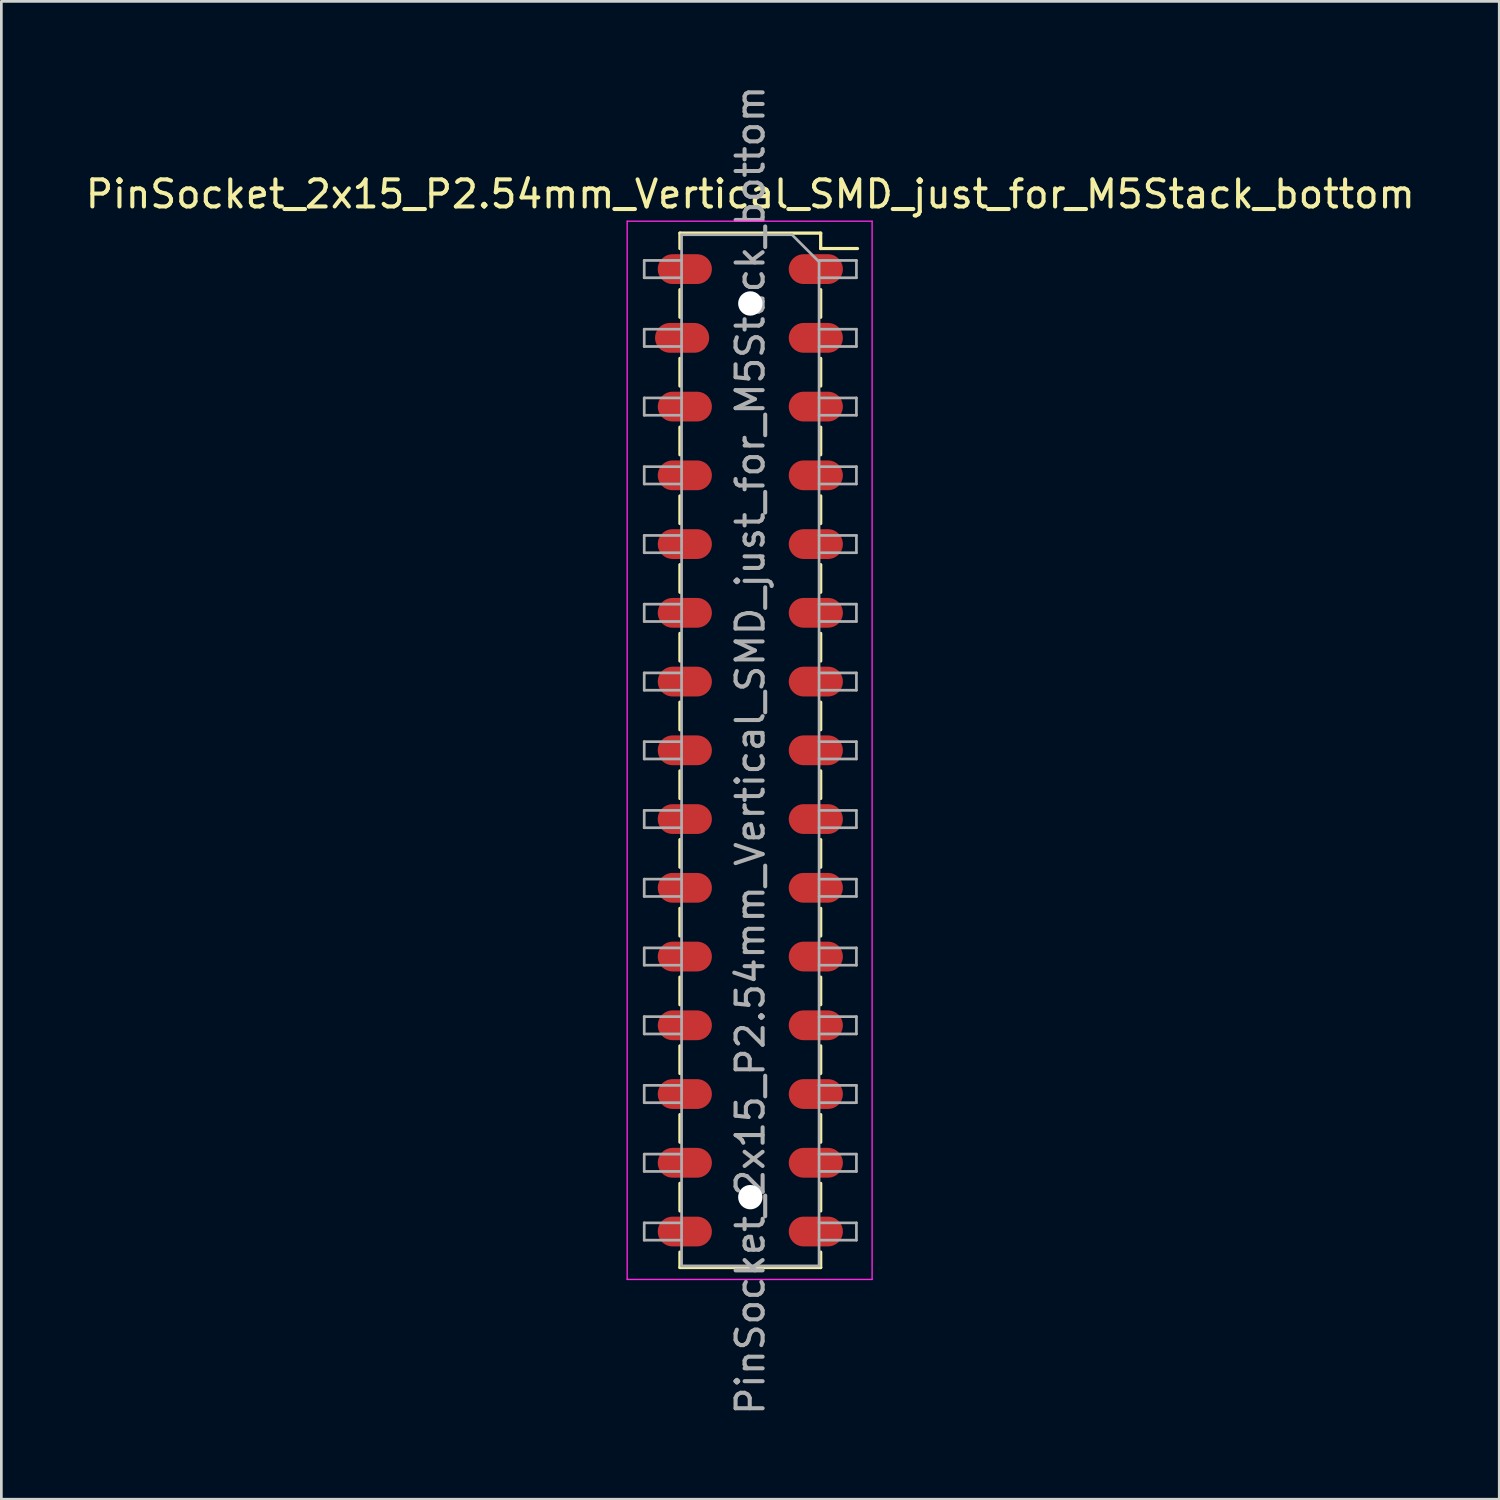
<source format=kicad_pcb>
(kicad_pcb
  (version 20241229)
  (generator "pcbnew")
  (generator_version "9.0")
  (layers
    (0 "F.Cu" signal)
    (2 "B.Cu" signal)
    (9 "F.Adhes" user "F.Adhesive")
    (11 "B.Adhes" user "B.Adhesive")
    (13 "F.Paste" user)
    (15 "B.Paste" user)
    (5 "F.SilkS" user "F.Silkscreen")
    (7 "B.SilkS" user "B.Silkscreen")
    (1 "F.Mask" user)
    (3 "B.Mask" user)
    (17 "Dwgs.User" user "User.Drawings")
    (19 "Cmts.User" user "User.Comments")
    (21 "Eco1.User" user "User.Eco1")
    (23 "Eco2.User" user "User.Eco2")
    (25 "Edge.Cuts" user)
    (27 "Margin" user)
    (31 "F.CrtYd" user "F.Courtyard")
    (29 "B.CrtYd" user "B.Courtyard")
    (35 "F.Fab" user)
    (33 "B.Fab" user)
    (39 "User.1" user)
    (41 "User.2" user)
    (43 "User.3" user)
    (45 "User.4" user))
  (footprint "PinSocket_2x15_P2.54mm_Vertical_SMD_just_for_M5Stack_bottom"
    (layer "F.Cu")
    (at 24.673 24.673)
    (property "Reference" "PinSocket_2x15_P2.54mm_Vertical_SMD_just_for_M5Stack_bottom" (at 0 -20.55 0) (layer "F.SilkS") (effects (font (size 1 1) (thickness 0.15))))
    (attr smd)
    (fp_line (start -2.6 -19.11) (end -2.6 -18.54) (stroke (width 0.12) (type solid)) (layer "F.SilkS"))
    (fp_line (start -2.6 -19.11) (end 2.6 -19.11) (stroke (width 0.12) (type solid)) (layer "F.SilkS"))
    (fp_line (start -2.6 -17.02) (end -2.6 -16) (stroke (width 0.12) (type solid)) (layer "F.SilkS"))
    (fp_line (start -2.6 -14.48) (end -2.6 -13.46) (stroke (width 0.12) (type solid)) (layer "F.SilkS"))
    (fp_line (start -2.6 -11.94) (end -2.6 -10.92) (stroke (width 0.12) (type solid)) (layer "F.SilkS"))
    (fp_line (start -2.6 -9.4) (end -2.6 -8.38) (stroke (width 0.12) (type solid)) (layer "F.SilkS"))
    (fp_line (start -2.6 -6.86) (end -2.6 -5.84) (stroke (width 0.12) (type solid)) (layer "F.SilkS"))
    (fp_line (start -2.6 -4.32) (end -2.6 -3.3) (stroke (width 0.12) (type solid)) (layer "F.SilkS"))
    (fp_line (start -2.6 -1.78) (end -2.6 -0.76) (stroke (width 0.12) (type solid)) (layer "F.SilkS"))
    (fp_line (start -2.6 0.76) (end -2.6 1.78) (stroke (width 0.12) (type solid)) (layer "F.SilkS"))
    (fp_line (start -2.6 3.3) (end -2.6 4.32) (stroke (width 0.12) (type solid)) (layer "F.SilkS"))
    (fp_line (start -2.6 5.84) (end -2.6 6.86) (stroke (width 0.12) (type solid)) (layer "F.SilkS"))
    (fp_line (start -2.6 8.38) (end -2.6 9.4) (stroke (width 0.12) (type solid)) (layer "F.SilkS"))
    (fp_line (start -2.6 10.92) (end -2.6 11.94) (stroke (width 0.12) (type solid)) (layer "F.SilkS"))
    (fp_line (start -2.6 13.46) (end -2.6 14.48) (stroke (width 0.12) (type solid)) (layer "F.SilkS"))
    (fp_line (start -2.6 16) (end -2.6 17.02) (stroke (width 0.12) (type solid)) (layer "F.SilkS"))
    (fp_line (start -2.6 18.54) (end -2.6 19.11) (stroke (width 0.12) (type solid)) (layer "F.SilkS"))
    (fp_line (start -2.6 19.11) (end 2.6 19.11) (stroke (width 0.12) (type solid)) (layer "F.SilkS"))
    (fp_line (start 2.6 -19.11) (end 2.6 -18.54) (stroke (width 0.12) (type solid)) (layer "F.SilkS"))
    (fp_line (start 2.6 -18.54) (end 3.96 -18.54) (stroke (width 0.12) (type solid)) (layer "F.SilkS"))
    (fp_line (start 2.6 -17.02) (end 2.6 -16) (stroke (width 0.12) (type solid)) (layer "F.SilkS"))
    (fp_line (start 2.6 -14.48) (end 2.6 -13.46) (stroke (width 0.12) (type solid)) (layer "F.SilkS"))
    (fp_line (start 2.6 -11.94) (end 2.6 -10.92) (stroke (width 0.12) (type solid)) (layer "F.SilkS"))
    (fp_line (start 2.6 -9.4) (end 2.6 -8.38) (stroke (width 0.12) (type solid)) (layer "F.SilkS"))
    (fp_line (start 2.6 -6.86) (end 2.6 -5.84) (stroke (width 0.12) (type solid)) (layer "F.SilkS"))
    (fp_line (start 2.6 -4.32) (end 2.6 -3.3) (stroke (width 0.12) (type solid)) (layer "F.SilkS"))
    (fp_line (start 2.6 -1.78) (end 2.6 -0.76) (stroke (width 0.12) (type solid)) (layer "F.SilkS"))
    (fp_line (start 2.6 0.76) (end 2.6 1.78) (stroke (width 0.12) (type solid)) (layer "F.SilkS"))
    (fp_line (start 2.6 3.3) (end 2.6 4.32) (stroke (width 0.12) (type solid)) (layer "F.SilkS"))
    (fp_line (start 2.6 5.84) (end 2.6 6.86) (stroke (width 0.12) (type solid)) (layer "F.SilkS"))
    (fp_line (start 2.6 8.38) (end 2.6 9.4) (stroke (width 0.12) (type solid)) (layer "F.SilkS"))
    (fp_line (start 2.6 10.92) (end 2.6 11.94) (stroke (width 0.12) (type solid)) (layer "F.SilkS"))
    (fp_line (start 2.6 13.46) (end 2.6 14.48) (stroke (width 0.12) (type solid)) (layer "F.SilkS"))
    (fp_line (start 2.6 16) (end 2.6 17.02) (stroke (width 0.12) (type solid)) (layer "F.SilkS"))
    (fp_line (start 2.6 18.54) (end 2.6 19.11) (stroke (width 0.12) (type solid)) (layer "F.SilkS"))
    (fp_line (start -4.55 -19.55) (end 4.5 -19.55) (stroke (width 0.05) (type solid)) (layer "F.CrtYd"))
    (fp_line (start -4.55 19.55) (end -4.55 -19.55) (stroke (width 0.05) (type solid)) (layer "F.CrtYd"))
    (fp_line (start 4.5 -19.55) (end 4.5 19.55) (stroke (width 0.05) (type solid)) (layer "F.CrtYd"))
    (fp_line (start 4.5 19.55) (end -4.55 19.55) (stroke (width 0.05) (type solid)) (layer "F.CrtYd"))
    (fp_line (start -3.92 -18.1) (end -2.54 -18.1) (stroke (width 0.1) (type solid)) (layer "F.Fab"))
    (fp_line (start -3.92 -17.46) (end -3.92 -18.1) (stroke (width 0.1) (type solid)) (layer "F.Fab"))
    (fp_line (start -3.92 -15.56) (end -2.54 -15.56) (stroke (width 0.1) (type solid)) (layer "F.Fab"))
    (fp_line (start -3.92 -14.92) (end -3.92 -15.56) (stroke (width 0.1) (type solid)) (layer "F.Fab"))
    (fp_line (start -3.92 -13.02) (end -2.54 -13.02) (stroke (width 0.1) (type solid)) (layer "F.Fab"))
    (fp_line (start -3.92 -12.38) (end -3.92 -13.02) (stroke (width 0.1) (type solid)) (layer "F.Fab"))
    (fp_line (start -3.92 -10.48) (end -2.54 -10.48) (stroke (width 0.1) (type solid)) (layer "F.Fab"))
    (fp_line (start -3.92 -9.84) (end -3.92 -10.48) (stroke (width 0.1) (type solid)) (layer "F.Fab"))
    (fp_line (start -3.92 -7.94) (end -2.54 -7.94) (stroke (width 0.1) (type solid)) (layer "F.Fab"))
    (fp_line (start -3.92 -7.3) (end -3.92 -7.94) (stroke (width 0.1) (type solid)) (layer "F.Fab"))
    (fp_line (start -3.92 -5.4) (end -2.54 -5.4) (stroke (width 0.1) (type solid)) (layer "F.Fab"))
    (fp_line (start -3.92 -4.76) (end -3.92 -5.4) (stroke (width 0.1) (type solid)) (layer "F.Fab"))
    (fp_line (start -3.92 -2.86) (end -2.54 -2.86) (stroke (width 0.1) (type solid)) (layer "F.Fab"))
    (fp_line (start -3.92 -2.22) (end -3.92 -2.86) (stroke (width 0.1) (type solid)) (layer "F.Fab"))
    (fp_line (start -3.92 -0.32) (end -2.54 -0.32) (stroke (width 0.1) (type solid)) (layer "F.Fab"))
    (fp_line (start -3.92 0.32) (end -3.92 -0.32) (stroke (width 0.1) (type solid)) (layer "F.Fab"))
    (fp_line (start -3.92 2.22) (end -2.54 2.22) (stroke (width 0.1) (type solid)) (layer "F.Fab"))
    (fp_line (start -3.92 2.86) (end -3.92 2.22) (stroke (width 0.1) (type solid)) (layer "F.Fab"))
    (fp_line (start -3.92 4.76) (end -2.54 4.76) (stroke (width 0.1) (type solid)) (layer "F.Fab"))
    (fp_line (start -3.92 5.4) (end -3.92 4.76) (stroke (width 0.1) (type solid)) (layer "F.Fab"))
    (fp_line (start -3.92 7.3) (end -2.54 7.3) (stroke (width 0.1) (type solid)) (layer "F.Fab"))
    (fp_line (start -3.92 7.94) (end -3.92 7.3) (stroke (width 0.1) (type solid)) (layer "F.Fab"))
    (fp_line (start -3.92 9.84) (end -2.54 9.84) (stroke (width 0.1) (type solid)) (layer "F.Fab"))
    (fp_line (start -3.92 10.48) (end -3.92 9.84) (stroke (width 0.1) (type solid)) (layer "F.Fab"))
    (fp_line (start -3.92 12.38) (end -2.54 12.38) (stroke (width 0.1) (type solid)) (layer "F.Fab"))
    (fp_line (start -3.92 13.02) (end -3.92 12.38) (stroke (width 0.1) (type solid)) (layer "F.Fab"))
    (fp_line (start -3.92 14.92) (end -2.54 14.92) (stroke (width 0.1) (type solid)) (layer "F.Fab"))
    (fp_line (start -3.92 15.56) (end -3.92 14.92) (stroke (width 0.1) (type solid)) (layer "F.Fab"))
    (fp_line (start -3.92 17.46) (end -2.54 17.46) (stroke (width 0.1) (type solid)) (layer "F.Fab"))
    (fp_line (start -3.92 18.1) (end -3.92 17.46) (stroke (width 0.1) (type solid)) (layer "F.Fab"))
    (fp_line (start -2.54 -19.05) (end 1.54 -19.05) (stroke (width 0.1) (type solid)) (layer "F.Fab"))
    (fp_line (start -2.54 -17.46) (end -3.92 -17.46) (stroke (width 0.1) (type solid)) (layer "F.Fab"))
    (fp_line (start -2.54 -14.92) (end -3.92 -14.92) (stroke (width 0.1) (type solid)) (layer "F.Fab"))
    (fp_line (start -2.54 -12.38) (end -3.92 -12.38) (stroke (width 0.1) (type solid)) (layer "F.Fab"))
    (fp_line (start -2.54 -9.84) (end -3.92 -9.84) (stroke (width 0.1) (type solid)) (layer "F.Fab"))
    (fp_line (start -2.54 -7.3) (end -3.92 -7.3) (stroke (width 0.1) (type solid)) (layer "F.Fab"))
    (fp_line (start -2.54 -4.76) (end -3.92 -4.76) (stroke (width 0.1) (type solid)) (layer "F.Fab"))
    (fp_line (start -2.54 -2.22) (end -3.92 -2.22) (stroke (width 0.1) (type solid)) (layer "F.Fab"))
    (fp_line (start -2.54 0.32) (end -3.92 0.32) (stroke (width 0.1) (type solid)) (layer "F.Fab"))
    (fp_line (start -2.54 2.86) (end -3.92 2.86) (stroke (width 0.1) (type solid)) (layer "F.Fab"))
    (fp_line (start -2.54 5.4) (end -3.92 5.4) (stroke (width 0.1) (type solid)) (layer "F.Fab"))
    (fp_line (start -2.54 7.94) (end -3.92 7.94) (stroke (width 0.1) (type solid)) (layer "F.Fab"))
    (fp_line (start -2.54 10.48) (end -3.92 10.48) (stroke (width 0.1) (type solid)) (layer "F.Fab"))
    (fp_line (start -2.54 13.02) (end -3.92 13.02) (stroke (width 0.1) (type solid)) (layer "F.Fab"))
    (fp_line (start -2.54 15.56) (end -3.92 15.56) (stroke (width 0.1) (type solid)) (layer "F.Fab"))
    (fp_line (start -2.54 18.1) (end -3.92 18.1) (stroke (width 0.1) (type solid)) (layer "F.Fab"))
    (fp_line (start -2.54 19.05) (end -2.54 -19.05) (stroke (width 0.1) (type solid)) (layer "F.Fab"))
    (fp_line (start 1.54 -19.05) (end 2.54 -18.05) (stroke (width 0.1) (type solid)) (layer "F.Fab"))
    (fp_line (start 2.54 -18.1) (end 3.92 -18.1) (stroke (width 0.1) (type solid)) (layer "F.Fab"))
    (fp_line (start 2.54 -18.05) (end 2.54 19.05) (stroke (width 0.1) (type solid)) (layer "F.Fab"))
    (fp_line (start 2.54 -15.56) (end 3.92 -15.56) (stroke (width 0.1) (type solid)) (layer "F.Fab"))
    (fp_line (start 2.54 -13.02) (end 3.92 -13.02) (stroke (width 0.1) (type solid)) (layer "F.Fab"))
    (fp_line (start 2.54 -10.48) (end 3.92 -10.48) (stroke (width 0.1) (type solid)) (layer "F.Fab"))
    (fp_line (start 2.54 -7.94) (end 3.92 -7.94) (stroke (width 0.1) (type solid)) (layer "F.Fab"))
    (fp_line (start 2.54 -5.4) (end 3.92 -5.4) (stroke (width 0.1) (type solid)) (layer "F.Fab"))
    (fp_line (start 2.54 -2.86) (end 3.92 -2.86) (stroke (width 0.1) (type solid)) (layer "F.Fab"))
    (fp_line (start 2.54 -0.32) (end 3.92 -0.32) (stroke (width 0.1) (type solid)) (layer "F.Fab"))
    (fp_line (start 2.54 2.22) (end 3.92 2.22) (stroke (width 0.1) (type solid)) (layer "F.Fab"))
    (fp_line (start 2.54 4.76) (end 3.92 4.76) (stroke (width 0.1) (type solid)) (layer "F.Fab"))
    (fp_line (start 2.54 7.3) (end 3.92 7.3) (stroke (width 0.1) (type solid)) (layer "F.Fab"))
    (fp_line (start 2.54 9.84) (end 3.92 9.84) (stroke (width 0.1) (type solid)) (layer "F.Fab"))
    (fp_line (start 2.54 12.38) (end 3.92 12.38) (stroke (width 0.1) (type solid)) (layer "F.Fab"))
    (fp_line (start 2.54 14.92) (end 3.92 14.92) (stroke (width 0.1) (type solid)) (layer "F.Fab"))
    (fp_line (start 2.54 17.46) (end 3.92 17.46) (stroke (width 0.1) (type solid)) (layer "F.Fab"))
    (fp_line (start 2.54 19.05) (end -2.54 19.05) (stroke (width 0.1) (type solid)) (layer "F.Fab"))
    (fp_line (start 3.92 -18.1) (end 3.92 -17.46) (stroke (width 0.1) (type solid)) (layer "F.Fab"))
    (fp_line (start 3.92 -17.46) (end 2.54 -17.46) (stroke (width 0.1) (type solid)) (layer "F.Fab"))
    (fp_line (start 3.92 -15.56) (end 3.92 -14.92) (stroke (width 0.1) (type solid)) (layer "F.Fab"))
    (fp_line (start 3.92 -14.92) (end 2.54 -14.92) (stroke (width 0.1) (type solid)) (layer "F.Fab"))
    (fp_line (start 3.92 -13.02) (end 3.92 -12.38) (stroke (width 0.1) (type solid)) (layer "F.Fab"))
    (fp_line (start 3.92 -12.38) (end 2.54 -12.38) (stroke (width 0.1) (type solid)) (layer "F.Fab"))
    (fp_line (start 3.92 -10.48) (end 3.92 -9.84) (stroke (width 0.1) (type solid)) (layer "F.Fab"))
    (fp_line (start 3.92 -9.84) (end 2.54 -9.84) (stroke (width 0.1) (type solid)) (layer "F.Fab"))
    (fp_line (start 3.92 -7.94) (end 3.92 -7.3) (stroke (width 0.1) (type solid)) (layer "F.Fab"))
    (fp_line (start 3.92 -7.3) (end 2.54 -7.3) (stroke (width 0.1) (type solid)) (layer "F.Fab"))
    (fp_line (start 3.92 -5.4) (end 3.92 -4.76) (stroke (width 0.1) (type solid)) (layer "F.Fab"))
    (fp_line (start 3.92 -4.76) (end 2.54 -4.76) (stroke (width 0.1) (type solid)) (layer "F.Fab"))
    (fp_line (start 3.92 -2.86) (end 3.92 -2.22) (stroke (width 0.1) (type solid)) (layer "F.Fab"))
    (fp_line (start 3.92 -2.22) (end 2.54 -2.22) (stroke (width 0.1) (type solid)) (layer "F.Fab"))
    (fp_line (start 3.92 -0.32) (end 3.92 0.32) (stroke (width 0.1) (type solid)) (layer "F.Fab"))
    (fp_line (start 3.92 0.32) (end 2.54 0.32) (stroke (width 0.1) (type solid)) (layer "F.Fab"))
    (fp_line (start 3.92 2.22) (end 3.92 2.86) (stroke (width 0.1) (type solid)) (layer "F.Fab"))
    (fp_line (start 3.92 2.86) (end 2.54 2.86) (stroke (width 0.1) (type solid)) (layer "F.Fab"))
    (fp_line (start 3.92 4.76) (end 3.92 5.4) (stroke (width 0.1) (type solid)) (layer "F.Fab"))
    (fp_line (start 3.92 5.4) (end 2.54 5.4) (stroke (width 0.1) (type solid)) (layer "F.Fab"))
    (fp_line (start 3.92 7.3) (end 3.92 7.94) (stroke (width 0.1) (type solid)) (layer "F.Fab"))
    (fp_line (start 3.92 7.94) (end 2.54 7.94) (stroke (width 0.1) (type solid)) (layer "F.Fab"))
    (fp_line (start 3.92 9.84) (end 3.92 10.48) (stroke (width 0.1) (type solid)) (layer "F.Fab"))
    (fp_line (start 3.92 10.48) (end 2.54 10.48) (stroke (width 0.1) (type solid)) (layer "F.Fab"))
    (fp_line (start 3.92 12.38) (end 3.92 13.02) (stroke (width 0.1) (type solid)) (layer "F.Fab"))
    (fp_line (start 3.92 13.02) (end 2.54 13.02) (stroke (width 0.1) (type solid)) (layer "F.Fab"))
    (fp_line (start 3.92 14.92) (end 3.92 15.56) (stroke (width 0.1) (type solid)) (layer "F.Fab"))
    (fp_line (start 3.92 15.56) (end 2.54 15.56) (stroke (width 0.1) (type solid)) (layer "F.Fab"))
    (fp_line (start 3.92 17.46) (end 3.92 18.1) (stroke (width 0.1) (type solid)) (layer "F.Fab"))
    (fp_line (start 3.92 18.1) (end 2.54 18.1) (stroke (width 0.1) (type solid)) (layer "F.Fab"))
    (fp_text user "${REFERENCE}" (at 0 0 90) (layer "F.Fab") (effects (font (size 1 1) (thickness 0.15))))
    (pad "" np_thru_hole circle (at 0 -16.51) (size 0.9 0.9) (drill 1) (layers "*.Cu" "*.Mask"))
    (pad "" np_thru_hole circle (at 0 16.51) (size 0.9 0.9) (drill 1) (layers "*.Cu" "*.Mask"))
    (pad "1" smd oval (at 2.42 -17.78) (size 2 1.1) (layers "F.Cu" "F.Mask" "F.Paste"))
    (pad "2" smd oval (at -2.42 -17.78) (size 2 1.1) (layers "F.Cu" "F.Mask" "F.Paste"))
    (pad "3" smd oval (at 2.42 -15.24) (size 2 1.1) (layers "F.Cu" "F.Mask" "F.Paste"))
    (pad "4" smd oval (at -2.52 -15.24) (size 2 1.1) (layers "F.Cu" "F.Mask" "F.Paste"))
    (pad "5" smd oval (at 2.42 -12.7) (size 2 1.1) (layers "F.Cu" "F.Mask" "F.Paste"))
    (pad "6" smd oval (at -2.42 -12.7) (size 2 1.1) (layers "F.Cu" "F.Mask" "F.Paste"))
    (pad "7" smd oval (at 2.42 -10.16) (size 2 1.1) (layers "F.Cu" "F.Mask" "F.Paste"))
    (pad "8" smd oval (at -2.42 -10.16) (size 2 1.1) (layers "F.Cu" "F.Mask" "F.Paste"))
    (pad "9" smd oval (at 2.42 -7.62) (size 2 1.1) (layers "F.Cu" "F.Mask" "F.Paste"))
    (pad "10" smd oval (at -2.42 -7.62) (size 2 1.1) (layers "F.Cu" "F.Mask" "F.Paste"))
    (pad "11" smd oval (at 2.42 -5.08) (size 2 1.1) (layers "F.Cu" "F.Mask" "F.Paste"))
    (pad "12" smd oval (at -2.42 -5.08) (size 2 1.1) (layers "F.Cu" "F.Mask" "F.Paste"))
    (pad "13" smd oval (at 2.42 -2.54) (size 2 1.1) (layers "F.Cu" "F.Mask" "F.Paste"))
    (pad "14" smd oval (at -2.42 -2.54) (size 2 1.1) (layers "F.Cu" "F.Mask" "F.Paste"))
    (pad "15" smd oval (at 2.42 0) (size 2 1.1) (layers "F.Cu" "F.Mask" "F.Paste"))
    (pad "16" smd oval (at -2.42 0) (size 2 1.1) (layers "F.Cu" "F.Mask" "F.Paste"))
    (pad "17" smd oval (at 2.42 2.54) (size 2 1.1) (layers "F.Cu" "F.Mask" "F.Paste"))
    (pad "18" smd oval (at -2.42 2.54) (size 2 1.1) (layers "F.Cu" "F.Mask" "F.Paste"))
    (pad "19" smd oval (at 2.42 5.08) (size 2 1.1) (layers "F.Cu" "F.Mask" "F.Paste"))
    (pad "20" smd oval (at -2.42 5.08) (size 2 1.1) (layers "F.Cu" "F.Mask" "F.Paste"))
    (pad "21" smd oval (at 2.42 7.62) (size 2 1.1) (layers "F.Cu" "F.Mask" "F.Paste"))
    (pad "22" smd oval (at -2.42 7.62) (size 2 1.1) (layers "F.Cu" "F.Mask" "F.Paste"))
    (pad "23" smd oval (at 2.42 10.16) (size 2 1.1) (layers "F.Cu" "F.Mask" "F.Paste"))
    (pad "24" smd oval (at -2.42 10.16) (size 2 1.1) (layers "F.Cu" "F.Mask" "F.Paste"))
    (pad "25" smd oval (at 2.42 12.7) (size 2 1.1) (layers "F.Cu" "F.Mask" "F.Paste"))
    (pad "26" smd oval (at -2.42 12.7) (size 2 1.1) (layers "F.Cu" "F.Mask" "F.Paste"))
    (pad "27" smd oval (at 2.42 15.24) (size 2 1.1) (layers "F.Cu" "F.Mask" "F.Paste"))
    (pad "28" smd oval (at -2.42 15.24) (size 2 1.1) (layers "F.Cu" "F.Mask" "F.Paste"))
    (pad "29" smd oval (at 2.42 17.78) (size 2 1.1) (layers "F.Cu" "F.Mask" "F.Paste"))
    (pad "30" smd oval (at -2.42 17.78) (size 2 1.1) (layers "F.Cu" "F.Mask" "F.Paste")))
  (gr_rect
    (start -3 -3)
    (end 52.345 52.345)
    (stroke (width 0.1) (type default))
    (fill no)
    (layer "Edge.Cuts")))
</source>
